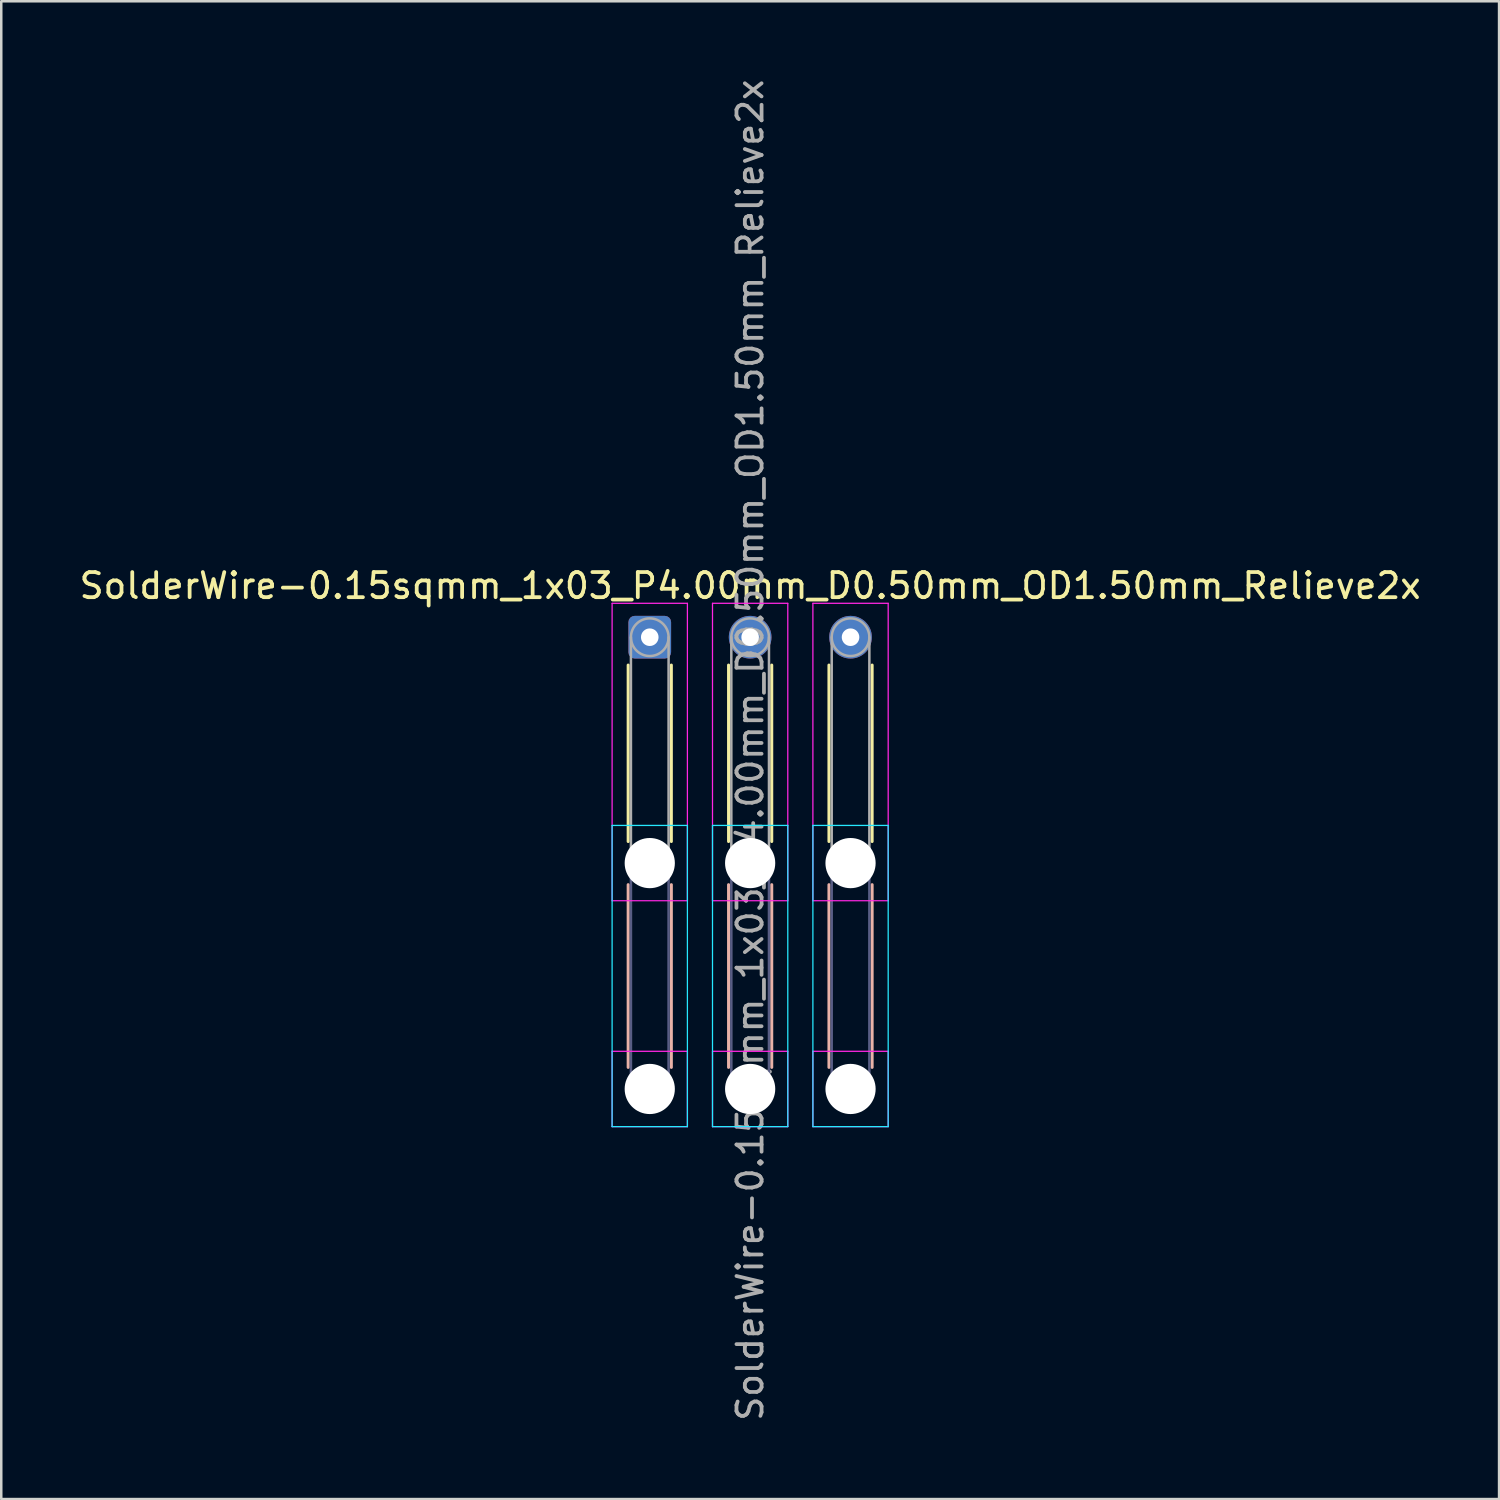
<source format=kicad_pcb>
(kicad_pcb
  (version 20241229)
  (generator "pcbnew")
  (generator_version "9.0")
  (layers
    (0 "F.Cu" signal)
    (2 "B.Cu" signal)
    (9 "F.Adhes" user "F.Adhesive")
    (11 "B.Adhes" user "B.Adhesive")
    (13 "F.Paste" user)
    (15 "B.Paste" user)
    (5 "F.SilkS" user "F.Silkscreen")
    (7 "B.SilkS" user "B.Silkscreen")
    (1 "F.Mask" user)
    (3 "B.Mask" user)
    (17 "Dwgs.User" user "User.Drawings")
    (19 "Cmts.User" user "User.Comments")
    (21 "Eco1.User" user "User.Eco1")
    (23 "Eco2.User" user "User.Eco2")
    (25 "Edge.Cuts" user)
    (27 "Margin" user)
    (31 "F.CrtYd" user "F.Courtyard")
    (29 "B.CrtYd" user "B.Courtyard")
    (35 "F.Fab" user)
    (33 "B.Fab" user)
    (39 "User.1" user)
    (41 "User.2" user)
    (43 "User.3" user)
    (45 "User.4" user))
  (footprint "SolderWire-0.15sqmm_1x03_P4.00mm_D0.50mm_OD1.50mm_Relieve2x"
    (layer "F.Cu")
    (at 22.839 22.339)
    (property "Reference" "SolderWire-0.15sqmm_1x03_P4.00mm_D0.50mm_OD1.50mm_Relieve2x" (at 4 -2.05 0) (layer "F.SilkS") (effects (font (size 1 1) (thickness 0.15))))
    (attr exclude_from_pos_files exclude_from_bom)
    (fp_line (start -0.86 1.11) (end -0.86 8.14) (stroke (width 0.12) (type solid)) (layer "F.SilkS"))
    (fp_line (start 0.86 1.11) (end 0.86 8.14) (stroke (width 0.12) (type solid)) (layer "F.SilkS"))
    (fp_line (start 3.14 1.11) (end 3.14 8.14) (stroke (width 0.12) (type solid)) (layer "F.SilkS"))
    (fp_line (start 4.86 1.11) (end 4.86 8.14) (stroke (width 0.12) (type solid)) (layer "F.SilkS"))
    (fp_line (start 7.14 1.11) (end 7.14 8.14) (stroke (width 0.12) (type solid)) (layer "F.SilkS"))
    (fp_line (start 8.86 1.11) (end 8.86 8.14) (stroke (width 0.12) (type solid)) (layer "F.SilkS"))
    (fp_line (start -0.86 9.86) (end -0.86 17.14) (stroke (width 0.12) (type solid)) (layer "B.SilkS"))
    (fp_line (start 0.86 9.86) (end 0.86 17.14) (stroke (width 0.12) (type solid)) (layer "B.SilkS"))
    (fp_line (start 3.14 9.86) (end 3.14 17.14) (stroke (width 0.12) (type solid)) (layer "B.SilkS"))
    (fp_line (start 4.86 9.86) (end 4.86 17.14) (stroke (width 0.12) (type solid)) (layer "B.SilkS"))
    (fp_line (start 7.14 9.86) (end 7.14 17.14) (stroke (width 0.12) (type solid)) (layer "B.SilkS"))
    (fp_line (start 8.86 9.86) (end 8.86 17.14) (stroke (width 0.12) (type solid)) (layer "B.SilkS"))
    (fp_line (start -1.5 7.5) (end -1.5 19.5) (stroke (width 0.05) (type solid)) (layer "B.CrtYd"))
    (fp_line (start -1.5 19.5) (end 1.5 19.5) (stroke (width 0.05) (type solid)) (layer "B.CrtYd"))
    (fp_line (start 1.5 7.5) (end -1.5 7.5) (stroke (width 0.05) (type solid)) (layer "B.CrtYd"))
    (fp_line (start 1.5 19.5) (end 1.5 7.5) (stroke (width 0.05) (type solid)) (layer "B.CrtYd"))
    (fp_line (start 2.5 7.5) (end 2.5 19.5) (stroke (width 0.05) (type solid)) (layer "B.CrtYd"))
    (fp_line (start 2.5 19.5) (end 5.5 19.5) (stroke (width 0.05) (type solid)) (layer "B.CrtYd"))
    (fp_line (start 5.5 7.5) (end 2.5 7.5) (stroke (width 0.05) (type solid)) (layer "B.CrtYd"))
    (fp_line (start 5.5 19.5) (end 5.5 7.5) (stroke (width 0.05) (type solid)) (layer "B.CrtYd"))
    (fp_line (start 6.5 7.5) (end 6.5 19.5) (stroke (width 0.05) (type solid)) (layer "B.CrtYd"))
    (fp_line (start 6.5 19.5) (end 9.5 19.5) (stroke (width 0.05) (type solid)) (layer "B.CrtYd"))
    (fp_line (start 9.5 7.5) (end 6.5 7.5) (stroke (width 0.05) (type solid)) (layer "B.CrtYd"))
    (fp_line (start 9.5 19.5) (end 9.5 7.5) (stroke (width 0.05) (type solid)) (layer "B.CrtYd"))
    (fp_line (start -1.5 -1.35) (end -1.5 10.5) (stroke (width 0.05) (type solid)) (layer "F.CrtYd"))
    (fp_line (start -1.5 10.5) (end 1.5 10.5) (stroke (width 0.05) (type solid)) (layer "F.CrtYd"))
    (fp_line (start -1.5 16.5) (end -1.5 19.5) (stroke (width 0.05) (type solid)) (layer "F.CrtYd"))
    (fp_line (start -1.5 19.5) (end 1.5 19.5) (stroke (width 0.05) (type solid)) (layer "F.CrtYd"))
    (fp_line (start 1.5 -1.35) (end -1.5 -1.35) (stroke (width 0.05) (type solid)) (layer "F.CrtYd"))
    (fp_line (start 1.5 10.5) (end 1.5 -1.35) (stroke (width 0.05) (type solid)) (layer "F.CrtYd"))
    (fp_line (start 1.5 16.5) (end -1.5 16.5) (stroke (width 0.05) (type solid)) (layer "F.CrtYd"))
    (fp_line (start 1.5 19.5) (end 1.5 16.5) (stroke (width 0.05) (type solid)) (layer "F.CrtYd"))
    (fp_line (start 2.5 -1.35) (end 2.5 10.5) (stroke (width 0.05) (type solid)) (layer "F.CrtYd"))
    (fp_line (start 2.5 10.5) (end 5.5 10.5) (stroke (width 0.05) (type solid)) (layer "F.CrtYd"))
    (fp_line (start 2.5 16.5) (end 2.5 19.5) (stroke (width 0.05) (type solid)) (layer "F.CrtYd"))
    (fp_line (start 2.5 19.5) (end 5.5 19.5) (stroke (width 0.05) (type solid)) (layer "F.CrtYd"))
    (fp_line (start 5.5 -1.35) (end 2.5 -1.35) (stroke (width 0.05) (type solid)) (layer "F.CrtYd"))
    (fp_line (start 5.5 10.5) (end 5.5 -1.35) (stroke (width 0.05) (type solid)) (layer "F.CrtYd"))
    (fp_line (start 5.5 16.5) (end 2.5 16.5) (stroke (width 0.05) (type solid)) (layer "F.CrtYd"))
    (fp_line (start 5.5 19.5) (end 5.5 16.5) (stroke (width 0.05) (type solid)) (layer "F.CrtYd"))
    (fp_line (start 6.5 -1.35) (end 6.5 10.5) (stroke (width 0.05) (type solid)) (layer "F.CrtYd"))
    (fp_line (start 6.5 10.5) (end 9.5 10.5) (stroke (width 0.05) (type solid)) (layer "F.CrtYd"))
    (fp_line (start 6.5 16.5) (end 6.5 19.5) (stroke (width 0.05) (type solid)) (layer "F.CrtYd"))
    (fp_line (start 6.5 19.5) (end 9.5 19.5) (stroke (width 0.05) (type solid)) (layer "F.CrtYd"))
    (fp_line (start 9.5 -1.35) (end 6.5 -1.35) (stroke (width 0.05) (type solid)) (layer "F.CrtYd"))
    (fp_line (start 9.5 10.5) (end 9.5 -1.35) (stroke (width 0.05) (type solid)) (layer "F.CrtYd"))
    (fp_line (start 9.5 16.5) (end 6.5 16.5) (stroke (width 0.05) (type solid)) (layer "F.CrtYd"))
    (fp_line (start 9.5 19.5) (end 9.5 16.5) (stroke (width 0.05) (type solid)) (layer "F.CrtYd"))
    (fp_line (start -0.75 9) (end -0.75 18) (stroke (width 0.1) (type solid)) (layer "B.Fab"))
    (fp_line (start 0.75 9) (end 0.75 18) (stroke (width 0.1) (type solid)) (layer "B.Fab"))
    (fp_line (start 3.25 9) (end 3.25 18) (stroke (width 0.1) (type solid)) (layer "B.Fab"))
    (fp_line (start 4.75 9) (end 4.75 18) (stroke (width 0.1) (type solid)) (layer "B.Fab"))
    (fp_line (start 7.25 9) (end 7.25 18) (stroke (width 0.1) (type solid)) (layer "B.Fab"))
    (fp_line (start 8.75 9) (end 8.75 18) (stroke (width 0.1) (type solid)) (layer "B.Fab"))
    (fp_circle (center 0 9) (end 0.75 9) (stroke (width 0.1) (type solid)) (fill no) (layer "B.Fab"))
    (fp_circle (center 0 18) (end 0.75 18) (stroke (width 0.1) (type solid)) (fill no) (layer "B.Fab"))
    (fp_circle (center 4 9) (end 4.75 9) (stroke (width 0.1) (type solid)) (fill no) (layer "B.Fab"))
    (fp_circle (center 4 18) (end 4.75 18) (stroke (width 0.1) (type solid)) (fill no) (layer "B.Fab"))
    (fp_circle (center 8 9) (end 8.75 9) (stroke (width 0.1) (type solid)) (fill no) (layer "B.Fab"))
    (fp_circle (center 8 18) (end 8.75 18) (stroke (width 0.1) (type solid)) (fill no) (layer "B.Fab"))
    (fp_line (start -0.75 0) (end -0.75 9) (stroke (width 0.1) (type solid)) (layer "F.Fab"))
    (fp_line (start 0.75 0) (end 0.75 9) (stroke (width 0.1) (type solid)) (layer "F.Fab"))
    (fp_line (start 3.25 0) (end 3.25 9) (stroke (width 0.1) (type solid)) (layer "F.Fab"))
    (fp_line (start 4.75 0) (end 4.75 9) (stroke (width 0.1) (type solid)) (layer "F.Fab"))
    (fp_line (start 7.25 0) (end 7.25 9) (stroke (width 0.1) (type solid)) (layer "F.Fab"))
    (fp_line (start 8.75 0) (end 8.75 9) (stroke (width 0.1) (type solid)) (layer "F.Fab"))
    (fp_circle (center 0 0) (end 0.75 0) (stroke (width 0.1) (type solid)) (fill no) (layer "F.Fab"))
    (fp_circle (center 0 9) (end 0.75 9) (stroke (width 0.1) (type solid)) (fill no) (layer "F.Fab"))
    (fp_circle (center 0 18) (end 0.75 18) (stroke (width 0.1) (type solid)) (fill no) (layer "F.Fab"))
    (fp_circle (center 4 0) (end 4.75 0) (stroke (width 0.1) (type solid)) (fill no) (layer "F.Fab"))
    (fp_circle (center 4 9) (end 4.75 9) (stroke (width 0.1) (type solid)) (fill no) (layer "F.Fab"))
    (fp_circle (center 4 18) (end 4.75 18) (stroke (width 0.1) (type solid)) (fill no) (layer "F.Fab"))
    (fp_circle (center 8 0) (end 8.75 0) (stroke (width 0.1) (type solid)) (fill no) (layer "F.Fab"))
    (fp_circle (center 8 9) (end 8.75 9) (stroke (width 0.1) (type solid)) (fill no) (layer "F.Fab"))
    (fp_circle (center 8 18) (end 8.75 18) (stroke (width 0.1) (type solid)) (fill no) (layer "F.Fab"))
    (fp_text user "${REFERENCE}" (at 4 4.5 90) (layer "F.Fab") (effects (font (size 1 1) (thickness 0.15))))
    (pad "" np_thru_hole circle (at 0 9) (size 2 2) (drill 2) (layers "*.Cu" "*.Mask"))
    (pad "" np_thru_hole circle (at 0 18) (size 2 2) (drill 2) (layers "*.Cu" "*.Mask"))
    (pad "" np_thru_hole circle (at 4 9) (size 2 2) (drill 2) (layers "*.Cu" "*.Mask"))
    (pad "" np_thru_hole circle (at 4 18) (size 2 2) (drill 2) (layers "*.Cu" "*.Mask"))
    (pad "" np_thru_hole circle (at 8 9) (size 2 2) (drill 2) (layers "*.Cu" "*.Mask"))
    (pad "" np_thru_hole circle (at 8 18) (size 2 2) (drill 2) (layers "*.Cu" "*.Mask"))
    (pad "1" thru_hole roundrect (at 0 0) (size 1.7 1.7) (drill 0.7) (layers "*.Cu" "*.Mask") (roundrect_rratio 0.147))
    (pad "2" thru_hole circle (at 4 0) (size 1.7 1.7) (drill 0.7) (layers "*.Cu" "*.Mask"))
    (pad "3" thru_hole circle (at 8 0) (size 1.7 1.7) (drill 0.7) (layers "*.Cu" "*.Mask")))
  (gr_rect
    (start -3 -3)
    (end 56.679 56.679)
    (stroke (width 0.1) (type default))
    (fill no)
    (layer "Edge.Cuts")))
</source>
